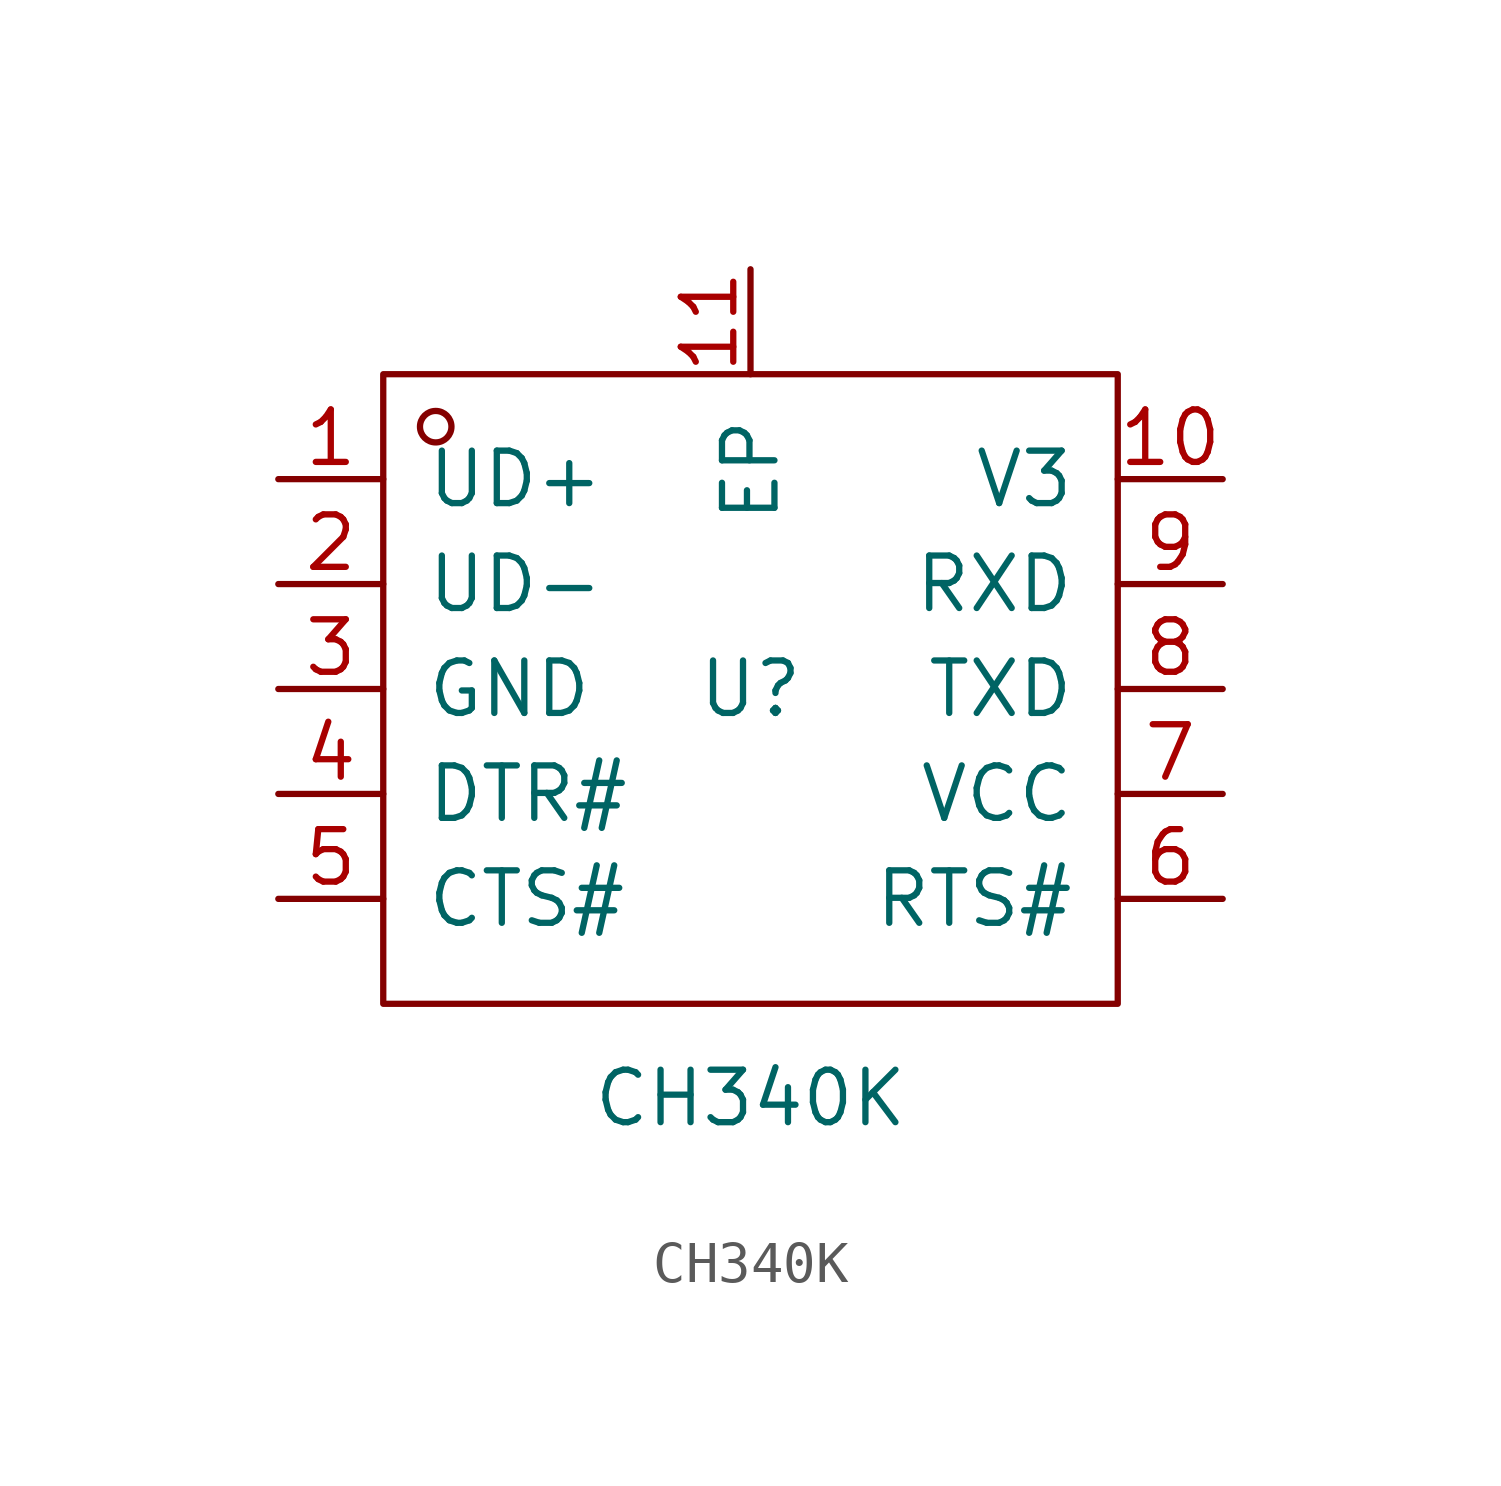
<source format=kicad_sym>
(kicad_symbol_lib
  (version 20220914)
  (generator kicad_symbol_editor)
  (symbol "CH340K"
    (pin_names
      (offset 1.016))
    (property "Reference" "U"
      (at 0 0 0)
      (effects (font (size 1.27 1.27))))
    (property "Value" "CH340K"
      (at 0 -9.906 0)
      (effects (font (size 1.27 1.27))))
    (symbol "CH340K_1_1"
      (rectangle (start -8.89 -7.62) (end 8.89 7.62) (stroke (width 0) (type default)) (fill (type none)))
      (circle (center -7.62 6.35) (radius 0.381) (stroke (width 0) (type default)) (fill (type none)))
      (pin bidirectional line (at -11.43 5.08 0) (length 2.54) (name "UD+" (effects (font (size 1.27 1.27)))) (number "1" (effects (font (size 1.27 1.27)))))
      (pin passive line (at 11.43 5.08 180) (length 2.54) (name "V3" (effects (font (size 1.27 1.27)))) (number "10" (effects (font (size 1.27 1.27)))))
      (pin power_in line (at 0 10.16 270) (length 2.54) (name "EP" (effects (font (size 1.27 1.27)))) (number "11" (effects (font (size 1.27 1.27)))))
      (pin bidirectional line (at -11.43 2.54 0) (length 2.54) (name "UD-" (effects (font (size 1.27 1.27)))) (number "2" (effects (font (size 1.27 1.27)))))
      (pin power_in line (at -11.43 0 0) (length 2.54) (name "GND" (effects (font (size 1.27 1.27)))) (number "3" (effects (font (size 1.27 1.27)))))
      (pin output line (at -11.43 -2.54 0) (length 2.54) (name "DTR#" (effects (font (size 1.27 1.27)))) (number "4" (effects (font (size 1.27 1.27)))))
      (pin output line (at -11.43 -5.08 0) (length 2.54) (name "CTS#" (effects (font (size 1.27 1.27)))) (number "5" (effects (font (size 1.27 1.27)))))
      (pin output line (at 11.43 -5.08 180) (length 2.54) (name "RTS#" (effects (font (size 1.27 1.27)))) (number "6" (effects (font (size 1.27 1.27)))))
      (pin power_in line (at 11.43 -2.54 180) (length 2.54) (name "VCC" (effects (font (size 1.27 1.27)))) (number "7" (effects (font (size 1.27 1.27)))))
      (pin output line (at 11.43 0 180) (length 2.54) (name "TXD" (effects (font (size 1.27 1.27)))) (number "8" (effects (font (size 1.27 1.27)))))
      (pin input line (at 11.43 2.54 180) (length 2.54) (name "RXD" (effects (font (size 1.27 1.27)))) (number "9" (effects (font (size 1.27 1.27))))))))
</source>
